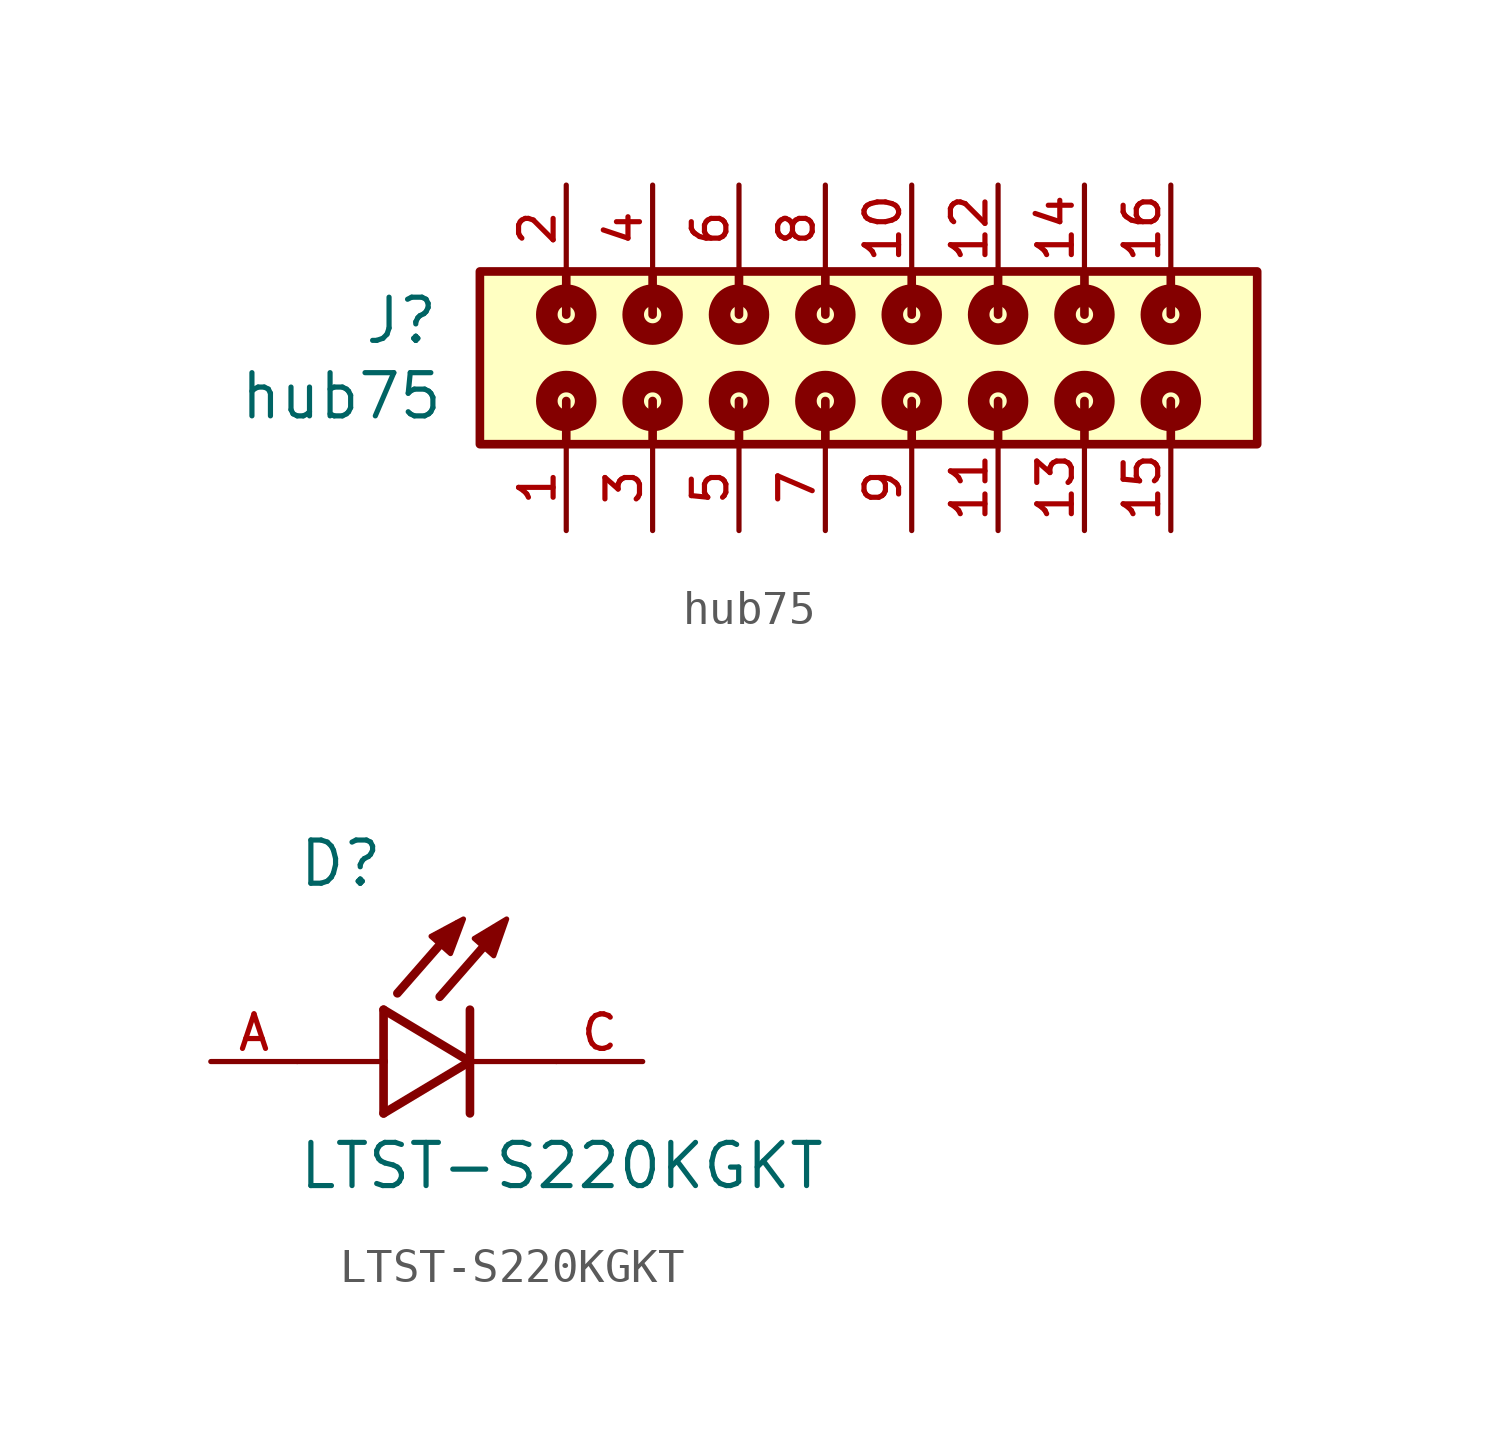
<source format=kicad_sym>
(kicad_symbol_lib
  (version 20241209)
  (generator "kicad_symbol_editor")
  (generator_version "9.0")
  (symbol "hub75"
    (pin_names
      (offset 1.016))
    (property "Reference" "J"
      (at -11.34 0.35 0)
      (effects (font (size 1.27 1.27)) (justify right bottom)))
    (property "Value" "hub75"
      (at -11.2 -1.87 0)
      (effects (font (size 1.27 1.27)) (justify right bottom)))
    (symbol "hub75_0_0"
      (rectangle (start -10.16 -2.54) (end 12.7 2.54) (stroke (width 0.254) (type default)) (fill (type background)))
      (circle (center -7.62 1.27) (radius 0.254) (stroke (width 0.635) (type default)) (fill (type none)))
      (polyline (pts (xy -7.62 1.27) (xy -7.62 2.54)) (stroke (width 0.254) (type default)) (fill (type none)))
      (circle (center -7.62 -1.27) (radius 0.254) (stroke (width 0.635) (type default)) (fill (type none)))
      (polyline (pts (xy -7.62 -1.27) (xy -7.62 -2.54)) (stroke (width 0.254) (type default)) (fill (type none)))
      (circle (center -5.08 1.27) (radius 0.254) (stroke (width 0.635) (type default)) (fill (type none)))
      (polyline (pts (xy -5.08 1.27) (xy -5.08 2.54)) (stroke (width 0.254) (type default)) (fill (type none)))
      (circle (center -5.08 -1.27) (radius 0.254) (stroke (width 0.635) (type default)) (fill (type none)))
      (polyline (pts (xy -5.08 -1.27) (xy -5.08 -2.54)) (stroke (width 0.254) (type default)) (fill (type none)))
      (circle (center -2.54 1.27) (radius 0.254) (stroke (width 0.635) (type default)) (fill (type none)))
      (polyline (pts (xy -2.54 1.27) (xy -2.54 2.54)) (stroke (width 0.254) (type default)) (fill (type none)))
      (circle (center -2.54 -1.27) (radius 0.254) (stroke (width 0.635) (type default)) (fill (type none)))
      (polyline (pts (xy -2.54 -1.27) (xy -2.54 -2.54)) (stroke (width 0.254) (type default)) (fill (type none)))
      (circle (center 0 1.27) (radius 0.254) (stroke (width 0.635) (type default)) (fill (type none)))
      (polyline (pts (xy 0 1.27) (xy 0 2.54)) (stroke (width 0.254) (type default)) (fill (type none)))
      (polyline (pts (xy 0 -1.27) (xy 0 -2.54)) (stroke (width 0.254) (type default)) (fill (type none)))
      (circle (center 0 -1.27) (radius 0.254) (stroke (width 0.635) (type default)) (fill (type none)))
      (polyline (pts (xy 2.54 1.27) (xy 2.54 2.54)) (stroke (width 0.254) (type default)) (fill (type none)))
      (circle (center 2.54 1.27) (radius 0.254) (stroke (width 0.635) (type default)) (fill (type none)))
      (polyline (pts (xy 2.54 -1.27) (xy 2.54 -2.54)) (stroke (width 0.254) (type default)) (fill (type none)))
      (circle (center 2.54 -1.27) (radius 0.254) (stroke (width 0.635) (type default)) (fill (type none)))
      (polyline (pts (xy 5.08 1.27) (xy 5.08 2.54)) (stroke (width 0.254) (type default)) (fill (type none)))
      (circle (center 5.08 1.27) (radius 0.254) (stroke (width 0.635) (type default)) (fill (type none)))
      (polyline (pts (xy 5.08 -1.27) (xy 5.08 -2.54)) (stroke (width 0.254) (type default)) (fill (type none)))
      (circle (center 5.08 -1.27) (radius 0.254) (stroke (width 0.635) (type default)) (fill (type none)))
      (polyline (pts (xy 7.62 1.27) (xy 7.62 2.54)) (stroke (width 0.254) (type default)) (fill (type none)))
      (circle (center 7.62 1.27) (radius 0.254) (stroke (width 0.635) (type default)) (fill (type none)))
      (polyline (pts (xy 7.62 -1.27) (xy 7.62 -2.54)) (stroke (width 0.254) (type default)) (fill (type none)))
      (circle (center 7.62 -1.27) (radius 0.254) (stroke (width 0.635) (type default)) (fill (type none)))
      (polyline (pts (xy 10.16 1.27) (xy 10.16 2.54)) (stroke (width 0.254) (type default)) (fill (type none)))
      (circle (center 10.16 1.27) (radius 0.254) (stroke (width 0.635) (type default)) (fill (type none)))
      (polyline (pts (xy 10.16 -1.27) (xy 10.16 -2.54)) (stroke (width 0.254) (type default)) (fill (type none)))
      (circle (center 10.16 -1.27) (radius 0.254) (stroke (width 0.635) (type default)) (fill (type none)))
      (pin passive line (at -7.62 5.08 270) (length 2.54) (name "~" (effects (font (size 1.016 1.016)))) (number "2" (effects (font (size 1.016 1.016)))))
      (pin passive line (at -7.62 -5.08 90) (length 2.54) (name "~" (effects (font (size 1.016 1.016)))) (number "1" (effects (font (size 1.016 1.016)))))
      (pin passive line (at -5.08 5.08 270) (length 2.54) (name "~" (effects (font (size 1.016 1.016)))) (number "4" (effects (font (size 1.016 1.016)))))
      (pin passive line (at -5.08 -5.08 90) (length 2.54) (name "~" (effects (font (size 1.016 1.016)))) (number "3" (effects (font (size 1.016 1.016)))))
      (pin passive line (at -2.54 5.08 270) (length 2.54) (name "~" (effects (font (size 1.016 1.016)))) (number "6" (effects (font (size 1.016 1.016)))))
      (pin passive line (at -2.54 -5.08 90) (length 2.54) (name "~" (effects (font (size 1.016 1.016)))) (number "5" (effects (font (size 1.016 1.016)))))
      (pin passive line (at 0 5.08 270) (length 2.54) (name "~" (effects (font (size 1.016 1.016)))) (number "8" (effects (font (size 1.016 1.016)))))
      (pin passive line (at 0 -5.08 90) (length 2.54) (name "~" (effects (font (size 1.016 1.016)))) (number "7" (effects (font (size 1.016 1.016)))))
      (pin passive line (at 2.54 5.08 270) (length 2.54) (name "~" (effects (font (size 1.016 1.016)))) (number "10" (effects (font (size 1.016 1.016)))))
      (pin passive line (at 2.54 -5.08 90) (length 2.54) (name "~" (effects (font (size 1.016 1.016)))) (number "9" (effects (font (size 1.016 1.016)))))
      (pin passive line (at 5.08 5.08 270) (length 2.54) (name "~" (effects (font (size 1.016 1.016)))) (number "12" (effects (font (size 1.016 1.016)))))
      (pin passive line (at 5.08 -5.08 90) (length 2.54) (name "~" (effects (font (size 1.016 1.016)))) (number "11" (effects (font (size 1.016 1.016)))))
      (pin passive line (at 7.62 5.08 270) (length 2.54) (name "~" (effects (font (size 1.016 1.016)))) (number "14" (effects (font (size 1.016 1.016)))))
      (pin passive line (at 7.62 -5.08 90) (length 2.54) (name "~" (effects (font (size 1.016 1.016)))) (number "13" (effects (font (size 1.016 1.016)))))
      (pin passive line (at 10.16 5.08 270) (length 2.54) (name "~" (effects (font (size 1.016 1.016)))) (number "16" (effects (font (size 1.016 1.016)))))
      (pin passive line (at 10.16 -5.08 90) (length 2.54) (name "~" (effects (font (size 1.016 1.016)))) (number "15" (effects (font (size 1.016 1.016)))))))
  (symbol "LTST-S220KGKT"
    (pin_names
      (offset 1.016))
    (property "Reference" "D"
      (at -5.08 5.08 0)
      (effects (font (size 1.27 1.27)) (justify left bottom)))
    (property "Value" "LTST-S220KGKT"
      (at -5.08 -3.81 0)
      (effects (font (size 1.27 1.27)) (justify left bottom)))
    (symbol "LTST-S220KGKT_0_0"
      (polyline (pts (xy -2.54 1.524) (xy -2.54 0)) (stroke (width 0.254) (type default)) (fill (type none)))
      (polyline (pts (xy -2.54 0) (xy -5.08 0)) (stroke (width 0.152) (type default)) (fill (type none)))
      (polyline (pts (xy -2.54 0) (xy -2.54 -1.524)) (stroke (width 0.254) (type default)) (fill (type none)))
      (polyline (pts (xy -2.54 -1.524) (xy 0 0)) (stroke (width 0.254) (type default)) (fill (type none)))
      (polyline (pts (xy -1.143 3.683) (xy -0.572 3.175) (xy -0.191 4.191) (xy -1.143 3.683)) (stroke (width 0.152) (type default)) (fill (type outline)))
      (polyline (pts (xy -0.356 4.039) (xy -2.134 2.007)) (stroke (width 0.254) (type default)) (fill (type none)))
      (polyline (pts (xy 0 1.524) (xy 0 0)) (stroke (width 0.254) (type default)) (fill (type none)))
      (polyline (pts (xy 0 0) (xy -2.54 1.524)) (stroke (width 0.254) (type default)) (fill (type none)))
      (polyline (pts (xy 0 0) (xy 0 -1.524)) (stroke (width 0.254) (type default)) (fill (type none)))
      (polyline (pts (xy 0.127 3.619) (xy 0.699 3.111) (xy 1.079 4.191) (xy 0.127 3.619)) (stroke (width 0.152) (type default)) (fill (type outline)))
      (polyline (pts (xy 0.889 3.937) (xy -0.889 1.905)) (stroke (width 0.254) (type default)) (fill (type none)))
      (polyline (pts (xy 2.54 0) (xy 0 0)) (stroke (width 0.152) (type default)) (fill (type none)))
      (pin passive line (at -7.62 0 0) (length 2.54) (name "~" (effects (font (size 1.016 1.016)))) (number "A" (effects (font (size 1.016 1.016)))))
      (pin passive line (at 5.08 0 180) (length 2.54) (name "~" (effects (font (size 1.016 1.016)))) (number "C" (effects (font (size 1.016 1.016))))))))
</source>
